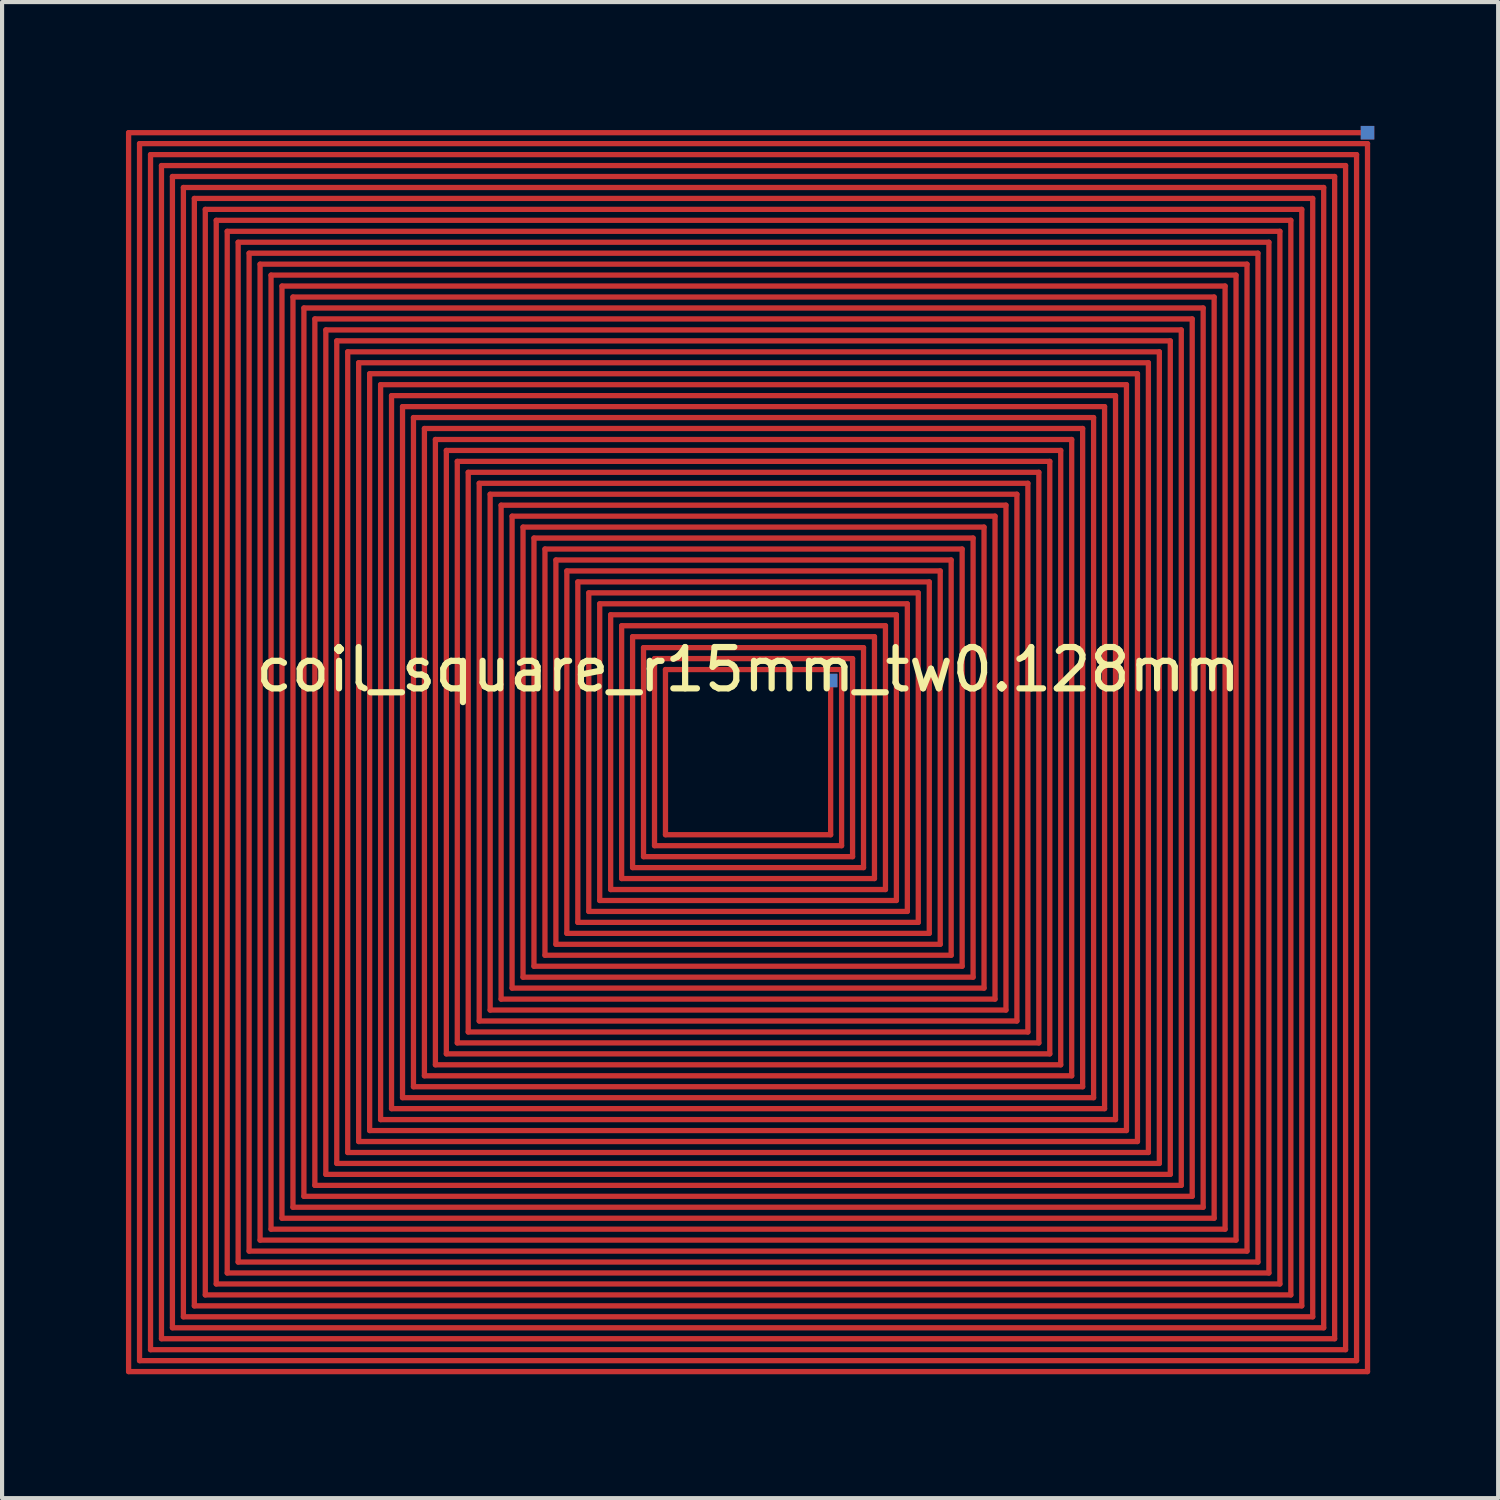
<source format=kicad_pcb>
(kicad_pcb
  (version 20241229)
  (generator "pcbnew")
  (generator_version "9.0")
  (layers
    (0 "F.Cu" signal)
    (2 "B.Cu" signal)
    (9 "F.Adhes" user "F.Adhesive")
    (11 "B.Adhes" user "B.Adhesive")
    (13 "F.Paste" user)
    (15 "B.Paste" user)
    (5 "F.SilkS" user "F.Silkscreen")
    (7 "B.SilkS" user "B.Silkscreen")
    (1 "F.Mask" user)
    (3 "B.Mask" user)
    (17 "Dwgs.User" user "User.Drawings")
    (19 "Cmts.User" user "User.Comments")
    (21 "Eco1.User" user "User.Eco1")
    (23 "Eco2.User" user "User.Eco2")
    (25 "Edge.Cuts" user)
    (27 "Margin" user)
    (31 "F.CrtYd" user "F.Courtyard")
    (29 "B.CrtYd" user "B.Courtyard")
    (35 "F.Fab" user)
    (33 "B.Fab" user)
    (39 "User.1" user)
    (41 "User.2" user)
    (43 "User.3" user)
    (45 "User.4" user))
  (footprint "coil_square_r15mm_tw0.128mm"
    (layer "F.Cu")
    (at 15.064 15.163)
    (property "Reference" "coil_square_r15mm_tw0.128mm" (at 0 -2 0) (layer "F.SilkS") (effects (font (size 1 1) (thickness 0.15))))
    (attr through_hole)
    (fp_line (start -15 -15) (end -15 15) (stroke (width 0.128) (type solid)) (layer "F.Cu"))
    (fp_line (start -15 15) (end 15 15) (stroke (width 0.128) (type solid)) (layer "F.Cu"))
    (fp_line (start -14.735 -14.735) (end -14.735 14.735) (stroke (width 0.128) (type solid)) (layer "F.Cu"))
    (fp_line (start -14.735 14.735) (end 14.735 14.735) (stroke (width 0.128) (type solid)) (layer "F.Cu"))
    (fp_line (start -14.469 -14.469) (end -14.469 14.469) (stroke (width 0.128) (type solid)) (layer "F.Cu"))
    (fp_line (start -14.469 14.469) (end 14.469 14.469) (stroke (width 0.128) (type solid)) (layer "F.Cu"))
    (fp_line (start -14.204 -14.204) (end -14.204 14.204) (stroke (width 0.128) (type solid)) (layer "F.Cu"))
    (fp_line (start -14.204 14.204) (end 14.204 14.204) (stroke (width 0.128) (type solid)) (layer "F.Cu"))
    (fp_line (start -13.939 -13.939) (end -13.939 13.939) (stroke (width 0.128) (type solid)) (layer "F.Cu"))
    (fp_line (start -13.939 13.939) (end 13.939 13.939) (stroke (width 0.128) (type solid)) (layer "F.Cu"))
    (fp_line (start -13.673 -13.673) (end -13.673 13.673) (stroke (width 0.128) (type solid)) (layer "F.Cu"))
    (fp_line (start -13.673 13.673) (end 13.673 13.673) (stroke (width 0.128) (type solid)) (layer "F.Cu"))
    (fp_line (start -13.408 -13.408) (end -13.408 13.408) (stroke (width 0.128) (type solid)) (layer "F.Cu"))
    (fp_line (start -13.408 13.408) (end 13.408 13.408) (stroke (width 0.128) (type solid)) (layer "F.Cu"))
    (fp_line (start -13.143 -13.143) (end -13.143 13.143) (stroke (width 0.128) (type solid)) (layer "F.Cu"))
    (fp_line (start -13.143 13.143) (end 13.143 13.143) (stroke (width 0.128) (type solid)) (layer "F.Cu"))
    (fp_line (start -12.878 -12.878) (end -12.878 12.878) (stroke (width 0.128) (type solid)) (layer "F.Cu"))
    (fp_line (start -12.878 12.878) (end 12.878 12.878) (stroke (width 0.128) (type solid)) (layer "F.Cu"))
    (fp_line (start -12.612 -12.612) (end -12.612 12.612) (stroke (width 0.128) (type solid)) (layer "F.Cu"))
    (fp_line (start -12.612 12.612) (end 12.612 12.612) (stroke (width 0.128) (type solid)) (layer "F.Cu"))
    (fp_line (start -12.347 -12.347) (end -12.347 12.347) (stroke (width 0.128) (type solid)) (layer "F.Cu"))
    (fp_line (start -12.347 12.347) (end 12.347 12.347) (stroke (width 0.128) (type solid)) (layer "F.Cu"))
    (fp_line (start -12.082 -12.082) (end -12.082 12.082) (stroke (width 0.128) (type solid)) (layer "F.Cu"))
    (fp_line (start -12.082 12.082) (end 12.082 12.082) (stroke (width 0.128) (type solid)) (layer "F.Cu"))
    (fp_line (start -11.816 -11.816) (end -11.816 11.816) (stroke (width 0.128) (type solid)) (layer "F.Cu"))
    (fp_line (start -11.816 11.816) (end 11.816 11.816) (stroke (width 0.128) (type solid)) (layer "F.Cu"))
    (fp_line (start -11.551 -11.551) (end -11.551 11.551) (stroke (width 0.128) (type solid)) (layer "F.Cu"))
    (fp_line (start -11.551 11.551) (end 11.551 11.551) (stroke (width 0.128) (type solid)) (layer "F.Cu"))
    (fp_line (start -11.286 -11.286) (end -11.286 11.286) (stroke (width 0.128) (type solid)) (layer "F.Cu"))
    (fp_line (start -11.286 11.286) (end 11.286 11.286) (stroke (width 0.128) (type solid)) (layer "F.Cu"))
    (fp_line (start -11.02 -11.02) (end -11.02 11.02) (stroke (width 0.128) (type solid)) (layer "F.Cu"))
    (fp_line (start -11.02 11.02) (end 11.02 11.02) (stroke (width 0.128) (type solid)) (layer "F.Cu"))
    (fp_line (start -10.755 -10.755) (end -10.755 10.755) (stroke (width 0.128) (type solid)) (layer "F.Cu"))
    (fp_line (start -10.755 10.755) (end 10.755 10.755) (stroke (width 0.128) (type solid)) (layer "F.Cu"))
    (fp_line (start -10.49 -10.49) (end -10.49 10.49) (stroke (width 0.128) (type solid)) (layer "F.Cu"))
    (fp_line (start -10.49 10.49) (end 10.49 10.49) (stroke (width 0.128) (type solid)) (layer "F.Cu"))
    (fp_line (start -10.224 -10.224) (end -10.224 10.224) (stroke (width 0.128) (type solid)) (layer "F.Cu"))
    (fp_line (start -10.224 10.224) (end 10.224 10.224) (stroke (width 0.128) (type solid)) (layer "F.Cu"))
    (fp_line (start -9.959 -9.959) (end -9.959 9.959) (stroke (width 0.128) (type solid)) (layer "F.Cu"))
    (fp_line (start -9.959 9.959) (end 9.959 9.959) (stroke (width 0.128) (type solid)) (layer "F.Cu"))
    (fp_line (start -9.694 -9.694) (end -9.694 9.694) (stroke (width 0.128) (type solid)) (layer "F.Cu"))
    (fp_line (start -9.694 9.694) (end 9.694 9.694) (stroke (width 0.128) (type solid)) (layer "F.Cu"))
    (fp_line (start -9.429 -9.429) (end -9.429 9.429) (stroke (width 0.128) (type solid)) (layer "F.Cu"))
    (fp_line (start -9.429 9.429) (end 9.429 9.429) (stroke (width 0.128) (type solid)) (layer "F.Cu"))
    (fp_line (start -9.163 -9.163) (end -9.163 9.163) (stroke (width 0.128) (type solid)) (layer "F.Cu"))
    (fp_line (start -9.163 9.163) (end 9.163 9.163) (stroke (width 0.128) (type solid)) (layer "F.Cu"))
    (fp_line (start -8.898 -8.898) (end -8.898 8.898) (stroke (width 0.128) (type solid)) (layer "F.Cu"))
    (fp_line (start -8.898 8.898) (end 8.898 8.898) (stroke (width 0.128) (type solid)) (layer "F.Cu"))
    (fp_line (start -8.633 -8.633) (end -8.633 8.633) (stroke (width 0.128) (type solid)) (layer "F.Cu"))
    (fp_line (start -8.633 8.633) (end 8.633 8.633) (stroke (width 0.128) (type solid)) (layer "F.Cu"))
    (fp_line (start -8.367 -8.367) (end -8.367 8.367) (stroke (width 0.128) (type solid)) (layer "F.Cu"))
    (fp_line (start -8.367 8.367) (end 8.367 8.367) (stroke (width 0.128) (type solid)) (layer "F.Cu"))
    (fp_line (start -8.102 -8.102) (end -8.102 8.102) (stroke (width 0.128) (type solid)) (layer "F.Cu"))
    (fp_line (start -8.102 8.102) (end 8.102 8.102) (stroke (width 0.128) (type solid)) (layer "F.Cu"))
    (fp_line (start -7.837 -7.837) (end -7.837 7.837) (stroke (width 0.128) (type solid)) (layer "F.Cu"))
    (fp_line (start -7.837 7.837) (end 7.837 7.837) (stroke (width 0.128) (type solid)) (layer "F.Cu"))
    (fp_line (start -7.571 -7.571) (end -7.571 7.571) (stroke (width 0.128) (type solid)) (layer "F.Cu"))
    (fp_line (start -7.571 7.571) (end 7.571 7.571) (stroke (width 0.128) (type solid)) (layer "F.Cu"))
    (fp_line (start -7.306 -7.306) (end -7.306 7.306) (stroke (width 0.128) (type solid)) (layer "F.Cu"))
    (fp_line (start -7.306 7.306) (end 7.306 7.306) (stroke (width 0.128) (type solid)) (layer "F.Cu"))
    (fp_line (start -7.041 -7.041) (end -7.041 7.041) (stroke (width 0.128) (type solid)) (layer "F.Cu"))
    (fp_line (start -7.041 7.041) (end 7.041 7.041) (stroke (width 0.128) (type solid)) (layer "F.Cu"))
    (fp_line (start -6.776 -6.776) (end -6.776 6.776) (stroke (width 0.128) (type solid)) (layer "F.Cu"))
    (fp_line (start -6.776 6.776) (end 6.776 6.776) (stroke (width 0.128) (type solid)) (layer "F.Cu"))
    (fp_line (start -6.51 -6.51) (end -6.51 6.51) (stroke (width 0.128) (type solid)) (layer "F.Cu"))
    (fp_line (start -6.51 6.51) (end 6.51 6.51) (stroke (width 0.128) (type solid)) (layer "F.Cu"))
    (fp_line (start -6.245 -6.245) (end -6.245 6.245) (stroke (width 0.128) (type solid)) (layer "F.Cu"))
    (fp_line (start -6.245 6.245) (end 6.245 6.245) (stroke (width 0.128) (type solid)) (layer "F.Cu"))
    (fp_line (start -5.98 -5.98) (end -5.98 5.98) (stroke (width 0.128) (type solid)) (layer "F.Cu"))
    (fp_line (start -5.98 5.98) (end 5.98 5.98) (stroke (width 0.128) (type solid)) (layer "F.Cu"))
    (fp_line (start -5.714 -5.714) (end -5.714 5.714) (stroke (width 0.128) (type solid)) (layer "F.Cu"))
    (fp_line (start -5.714 5.714) (end 5.714 5.714) (stroke (width 0.128) (type solid)) (layer "F.Cu"))
    (fp_line (start -5.449 -5.449) (end -5.449 5.449) (stroke (width 0.128) (type solid)) (layer "F.Cu"))
    (fp_line (start -5.449 5.449) (end 5.449 5.449) (stroke (width 0.128) (type solid)) (layer "F.Cu"))
    (fp_line (start -5.184 -5.184) (end -5.184 5.184) (stroke (width 0.128) (type solid)) (layer "F.Cu"))
    (fp_line (start -5.184 5.184) (end 5.184 5.184) (stroke (width 0.128) (type solid)) (layer "F.Cu"))
    (fp_line (start -4.918 -4.918) (end -4.918 4.918) (stroke (width 0.128) (type solid)) (layer "F.Cu"))
    (fp_line (start -4.918 4.918) (end 4.918 4.918) (stroke (width 0.128) (type solid)) (layer "F.Cu"))
    (fp_line (start -4.653 -4.653) (end -4.653 4.653) (stroke (width 0.128) (type solid)) (layer "F.Cu"))
    (fp_line (start -4.653 4.653) (end 4.653 4.653) (stroke (width 0.128) (type solid)) (layer "F.Cu"))
    (fp_line (start -4.388 -4.388) (end -4.388 4.388) (stroke (width 0.128) (type solid)) (layer "F.Cu"))
    (fp_line (start -4.388 4.388) (end 4.388 4.388) (stroke (width 0.128) (type solid)) (layer "F.Cu"))
    (fp_line (start -4.122 -4.122) (end -4.122 4.122) (stroke (width 0.128) (type solid)) (layer "F.Cu"))
    (fp_line (start -4.122 4.122) (end 4.122 4.122) (stroke (width 0.128) (type solid)) (layer "F.Cu"))
    (fp_line (start -3.857 -3.857) (end -3.857 3.857) (stroke (width 0.128) (type solid)) (layer "F.Cu"))
    (fp_line (start -3.857 3.857) (end 3.857 3.857) (stroke (width 0.128) (type solid)) (layer "F.Cu"))
    (fp_line (start -3.592 -3.592) (end -3.592 3.592) (stroke (width 0.128) (type solid)) (layer "F.Cu"))
    (fp_line (start -3.592 3.592) (end 3.592 3.592) (stroke (width 0.128) (type solid)) (layer "F.Cu"))
    (fp_line (start -3.327 -3.327) (end -3.327 3.327) (stroke (width 0.128) (type solid)) (layer "F.Cu"))
    (fp_line (start -3.327 3.327) (end 3.327 3.327) (stroke (width 0.128) (type solid)) (layer "F.Cu"))
    (fp_line (start -3.061 -3.061) (end -3.061 3.061) (stroke (width 0.128) (type solid)) (layer "F.Cu"))
    (fp_line (start -3.061 3.061) (end 3.061 3.061) (stroke (width 0.128) (type solid)) (layer "F.Cu"))
    (fp_line (start -2.796 -2.796) (end -2.796 2.796) (stroke (width 0.128) (type solid)) (layer "F.Cu"))
    (fp_line (start -2.796 2.796) (end 2.796 2.796) (stroke (width 0.128) (type solid)) (layer "F.Cu"))
    (fp_line (start -2.531 -2.531) (end -2.531 2.531) (stroke (width 0.128) (type solid)) (layer "F.Cu"))
    (fp_line (start -2.531 2.531) (end 2.531 2.531) (stroke (width 0.128) (type solid)) (layer "F.Cu"))
    (fp_line (start -2.265 -2.265) (end -2.265 2.265) (stroke (width 0.128) (type solid)) (layer "F.Cu"))
    (fp_line (start -2.265 2.265) (end 2.265 2.265) (stroke (width 0.128) (type solid)) (layer "F.Cu"))
    (fp_line (start -2 -2) (end -2 2) (stroke (width 0.128) (type solid)) (layer "F.Cu"))
    (fp_line (start -2 2) (end 2 2) (stroke (width 0.128) (type solid)) (layer "F.Cu"))
    (fp_line (start 2 2) (end 2 -1.735) (stroke (width 0.128) (type solid)) (layer "F.Cu"))
    (fp_line (start 2.265 -2) (end -2 -2) (stroke (width 0.128) (type solid)) (layer "F.Cu"))
    (fp_line (start 2.265 2.265) (end 2.265 -2) (stroke (width 0.128) (type solid)) (layer "F.Cu"))
    (fp_line (start 2.531 -2.265) (end -2.265 -2.265) (stroke (width 0.128) (type solid)) (layer "F.Cu"))
    (fp_line (start 2.531 2.531) (end 2.531 -2.265) (stroke (width 0.128) (type solid)) (layer "F.Cu"))
    (fp_line (start 2.796 -2.531) (end -2.531 -2.531) (stroke (width 0.128) (type solid)) (layer "F.Cu"))
    (fp_line (start 2.796 2.796) (end 2.796 -2.531) (stroke (width 0.128) (type solid)) (layer "F.Cu"))
    (fp_line (start 3.061 -2.796) (end -2.796 -2.796) (stroke (width 0.128) (type solid)) (layer "F.Cu"))
    (fp_line (start 3.061 3.061) (end 3.061 -2.796) (stroke (width 0.128) (type solid)) (layer "F.Cu"))
    (fp_line (start 3.327 -3.061) (end -3.061 -3.061) (stroke (width 0.128) (type solid)) (layer "F.Cu"))
    (fp_line (start 3.327 3.327) (end 3.327 -3.061) (stroke (width 0.128) (type solid)) (layer "F.Cu"))
    (fp_line (start 3.592 -3.327) (end -3.327 -3.327) (stroke (width 0.128) (type solid)) (layer "F.Cu"))
    (fp_line (start 3.592 3.592) (end 3.592 -3.327) (stroke (width 0.128) (type solid)) (layer "F.Cu"))
    (fp_line (start 3.857 -3.592) (end -3.592 -3.592) (stroke (width 0.128) (type solid)) (layer "F.Cu"))
    (fp_line (start 3.857 3.857) (end 3.857 -3.592) (stroke (width 0.128) (type solid)) (layer "F.Cu"))
    (fp_line (start 4.122 -3.857) (end -3.857 -3.857) (stroke (width 0.128) (type solid)) (layer "F.Cu"))
    (fp_line (start 4.122 4.122) (end 4.122 -3.857) (stroke (width 0.128) (type solid)) (layer "F.Cu"))
    (fp_line (start 4.388 -4.122) (end -4.122 -4.122) (stroke (width 0.128) (type solid)) (layer "F.Cu"))
    (fp_line (start 4.388 4.388) (end 4.388 -4.122) (stroke (width 0.128) (type solid)) (layer "F.Cu"))
    (fp_line (start 4.653 -4.388) (end -4.388 -4.388) (stroke (width 0.128) (type solid)) (layer "F.Cu"))
    (fp_line (start 4.653 4.653) (end 4.653 -4.388) (stroke (width 0.128) (type solid)) (layer "F.Cu"))
    (fp_line (start 4.918 -4.653) (end -4.653 -4.653) (stroke (width 0.128) (type solid)) (layer "F.Cu"))
    (fp_line (start 4.918 4.918) (end 4.918 -4.653) (stroke (width 0.128) (type solid)) (layer "F.Cu"))
    (fp_line (start 5.184 -4.918) (end -4.918 -4.918) (stroke (width 0.128) (type solid)) (layer "F.Cu"))
    (fp_line (start 5.184 5.184) (end 5.184 -4.918) (stroke (width 0.128) (type solid)) (layer "F.Cu"))
    (fp_line (start 5.449 -5.184) (end -5.184 -5.184) (stroke (width 0.128) (type solid)) (layer "F.Cu"))
    (fp_line (start 5.449 5.449) (end 5.449 -5.184) (stroke (width 0.128) (type solid)) (layer "F.Cu"))
    (fp_line (start 5.714 -5.449) (end -5.449 -5.449) (stroke (width 0.128) (type solid)) (layer "F.Cu"))
    (fp_line (start 5.714 5.714) (end 5.714 -5.449) (stroke (width 0.128) (type solid)) (layer "F.Cu"))
    (fp_line (start 5.98 -5.714) (end -5.714 -5.714) (stroke (width 0.128) (type solid)) (layer "F.Cu"))
    (fp_line (start 5.98 5.98) (end 5.98 -5.714) (stroke (width 0.128) (type solid)) (layer "F.Cu"))
    (fp_line (start 6.245 -5.98) (end -5.98 -5.98) (stroke (width 0.128) (type solid)) (layer "F.Cu"))
    (fp_line (start 6.245 6.245) (end 6.245 -5.98) (stroke (width 0.128) (type solid)) (layer "F.Cu"))
    (fp_line (start 6.51 -6.245) (end -6.245 -6.245) (stroke (width 0.128) (type solid)) (layer "F.Cu"))
    (fp_line (start 6.51 6.51) (end 6.51 -6.245) (stroke (width 0.128) (type solid)) (layer "F.Cu"))
    (fp_line (start 6.776 -6.51) (end -6.51 -6.51) (stroke (width 0.128) (type solid)) (layer "F.Cu"))
    (fp_line (start 6.776 6.776) (end 6.776 -6.51) (stroke (width 0.128) (type solid)) (layer "F.Cu"))
    (fp_line (start 7.041 -6.776) (end -6.776 -6.776) (stroke (width 0.128) (type solid)) (layer "F.Cu"))
    (fp_line (start 7.041 7.041) (end 7.041 -6.776) (stroke (width 0.128) (type solid)) (layer "F.Cu"))
    (fp_line (start 7.306 -7.041) (end -7.041 -7.041) (stroke (width 0.128) (type solid)) (layer "F.Cu"))
    (fp_line (start 7.306 7.306) (end 7.306 -7.041) (stroke (width 0.128) (type solid)) (layer "F.Cu"))
    (fp_line (start 7.571 -7.306) (end -7.306 -7.306) (stroke (width 0.128) (type solid)) (layer "F.Cu"))
    (fp_line (start 7.571 7.571) (end 7.571 -7.306) (stroke (width 0.128) (type solid)) (layer "F.Cu"))
    (fp_line (start 7.837 -7.571) (end -7.571 -7.571) (stroke (width 0.128) (type solid)) (layer "F.Cu"))
    (fp_line (start 7.837 7.837) (end 7.837 -7.571) (stroke (width 0.128) (type solid)) (layer "F.Cu"))
    (fp_line (start 8.102 -7.837) (end -7.837 -7.837) (stroke (width 0.128) (type solid)) (layer "F.Cu"))
    (fp_line (start 8.102 8.102) (end 8.102 -7.837) (stroke (width 0.128) (type solid)) (layer "F.Cu"))
    (fp_line (start 8.367 -8.102) (end -8.102 -8.102) (stroke (width 0.128) (type solid)) (layer "F.Cu"))
    (fp_line (start 8.367 8.367) (end 8.367 -8.102) (stroke (width 0.128) (type solid)) (layer "F.Cu"))
    (fp_line (start 8.633 -8.367) (end -8.367 -8.367) (stroke (width 0.128) (type solid)) (layer "F.Cu"))
    (fp_line (start 8.633 8.633) (end 8.633 -8.367) (stroke (width 0.128) (type solid)) (layer "F.Cu"))
    (fp_line (start 8.898 -8.633) (end -8.633 -8.633) (stroke (width 0.128) (type solid)) (layer "F.Cu"))
    (fp_line (start 8.898 8.898) (end 8.898 -8.633) (stroke (width 0.128) (type solid)) (layer "F.Cu"))
    (fp_line (start 9.163 -8.898) (end -8.898 -8.898) (stroke (width 0.128) (type solid)) (layer "F.Cu"))
    (fp_line (start 9.163 9.163) (end 9.163 -8.898) (stroke (width 0.128) (type solid)) (layer "F.Cu"))
    (fp_line (start 9.429 -9.163) (end -9.163 -9.163) (stroke (width 0.128) (type solid)) (layer "F.Cu"))
    (fp_line (start 9.429 9.429) (end 9.429 -9.163) (stroke (width 0.128) (type solid)) (layer "F.Cu"))
    (fp_line (start 9.694 -9.429) (end -9.429 -9.429) (stroke (width 0.128) (type solid)) (layer "F.Cu"))
    (fp_line (start 9.694 9.694) (end 9.694 -9.429) (stroke (width 0.128) (type solid)) (layer "F.Cu"))
    (fp_line (start 9.959 -9.694) (end -9.694 -9.694) (stroke (width 0.128) (type solid)) (layer "F.Cu"))
    (fp_line (start 9.959 9.959) (end 9.959 -9.694) (stroke (width 0.128) (type solid)) (layer "F.Cu"))
    (fp_line (start 10.224 -9.959) (end -9.959 -9.959) (stroke (width 0.128) (type solid)) (layer "F.Cu"))
    (fp_line (start 10.224 10.224) (end 10.224 -9.959) (stroke (width 0.128) (type solid)) (layer "F.Cu"))
    (fp_line (start 10.49 -10.224) (end -10.224 -10.224) (stroke (width 0.128) (type solid)) (layer "F.Cu"))
    (fp_line (start 10.49 10.49) (end 10.49 -10.224) (stroke (width 0.128) (type solid)) (layer "F.Cu"))
    (fp_line (start 10.755 -10.49) (end -10.49 -10.49) (stroke (width 0.128) (type solid)) (layer "F.Cu"))
    (fp_line (start 10.755 10.755) (end 10.755 -10.49) (stroke (width 0.128) (type solid)) (layer "F.Cu"))
    (fp_line (start 11.02 -10.755) (end -10.755 -10.755) (stroke (width 0.128) (type solid)) (layer "F.Cu"))
    (fp_line (start 11.02 11.02) (end 11.02 -10.755) (stroke (width 0.128) (type solid)) (layer "F.Cu"))
    (fp_line (start 11.286 -11.02) (end -11.02 -11.02) (stroke (width 0.128) (type solid)) (layer "F.Cu"))
    (fp_line (start 11.286 11.286) (end 11.286 -11.02) (stroke (width 0.128) (type solid)) (layer "F.Cu"))
    (fp_line (start 11.551 -11.286) (end -11.286 -11.286) (stroke (width 0.128) (type solid)) (layer "F.Cu"))
    (fp_line (start 11.551 11.551) (end 11.551 -11.286) (stroke (width 0.128) (type solid)) (layer "F.Cu"))
    (fp_line (start 11.816 -11.551) (end -11.551 -11.551) (stroke (width 0.128) (type solid)) (layer "F.Cu"))
    (fp_line (start 11.816 11.816) (end 11.816 -11.551) (stroke (width 0.128) (type solid)) (layer "F.Cu"))
    (fp_line (start 12.082 -11.816) (end -11.816 -11.816) (stroke (width 0.128) (type solid)) (layer "F.Cu"))
    (fp_line (start 12.082 12.082) (end 12.082 -11.816) (stroke (width 0.128) (type solid)) (layer "F.Cu"))
    (fp_line (start 12.347 -12.082) (end -12.082 -12.082) (stroke (width 0.128) (type solid)) (layer "F.Cu"))
    (fp_line (start 12.347 12.347) (end 12.347 -12.082) (stroke (width 0.128) (type solid)) (layer "F.Cu"))
    (fp_line (start 12.612 -12.347) (end -12.347 -12.347) (stroke (width 0.128) (type solid)) (layer "F.Cu"))
    (fp_line (start 12.612 12.612) (end 12.612 -12.347) (stroke (width 0.128) (type solid)) (layer "F.Cu"))
    (fp_line (start 12.878 -12.612) (end -12.612 -12.612) (stroke (width 0.128) (type solid)) (layer "F.Cu"))
    (fp_line (start 12.878 12.878) (end 12.878 -12.612) (stroke (width 0.128) (type solid)) (layer "F.Cu"))
    (fp_line (start 13.143 -12.878) (end -12.878 -12.878) (stroke (width 0.128) (type solid)) (layer "F.Cu"))
    (fp_line (start 13.143 13.143) (end 13.143 -12.878) (stroke (width 0.128) (type solid)) (layer "F.Cu"))
    (fp_line (start 13.408 -13.143) (end -13.143 -13.143) (stroke (width 0.128) (type solid)) (layer "F.Cu"))
    (fp_line (start 13.408 13.408) (end 13.408 -13.143) (stroke (width 0.128) (type solid)) (layer "F.Cu"))
    (fp_line (start 13.673 -13.408) (end -13.408 -13.408) (stroke (width 0.128) (type solid)) (layer "F.Cu"))
    (fp_line (start 13.673 13.673) (end 13.673 -13.408) (stroke (width 0.128) (type solid)) (layer "F.Cu"))
    (fp_line (start 13.939 -13.673) (end -13.673 -13.673) (stroke (width 0.128) (type solid)) (layer "F.Cu"))
    (fp_line (start 13.939 13.939) (end 13.939 -13.673) (stroke (width 0.128) (type solid)) (layer "F.Cu"))
    (fp_line (start 14.204 -13.939) (end -13.939 -13.939) (stroke (width 0.128) (type solid)) (layer "F.Cu"))
    (fp_line (start 14.204 14.204) (end 14.204 -13.939) (stroke (width 0.128) (type solid)) (layer "F.Cu"))
    (fp_line (start 14.469 -14.204) (end -14.204 -14.204) (stroke (width 0.128) (type solid)) (layer "F.Cu"))
    (fp_line (start 14.469 14.469) (end 14.469 -14.204) (stroke (width 0.128) (type solid)) (layer "F.Cu"))
    (fp_line (start 14.735 -14.469) (end -14.469 -14.469) (stroke (width 0.128) (type solid)) (layer "F.Cu"))
    (fp_line (start 14.735 14.735) (end 14.735 -14.469) (stroke (width 0.128) (type solid)) (layer "F.Cu"))
    (fp_line (start 15 -15) (end -15 -15) (stroke (width 0.128) (type solid)) (layer "F.Cu"))
    (fp_line (start 15 -14.735) (end -14.735 -14.735) (stroke (width 0.128) (type solid)) (layer "F.Cu"))
    (fp_line (start 15 15) (end 15 -14.735) (stroke (width 0.128) (type solid)) (layer "F.Cu"))
    (pad "1" connect rect (at 15 -15) (size 0.327 0.327) (layers "*.Cu" "*.Mask"))
    (pad "2" connect rect (at 2 -1.735) (size 0.327 0.327) (layers "*.Cu" "*.Mask")))
  (gr_rect
    (start -3 -3)
    (end 33.227 33.227)
    (stroke (width 0.1) (type default))
    (fill no)
    (layer "Edge.Cuts")))
</source>
